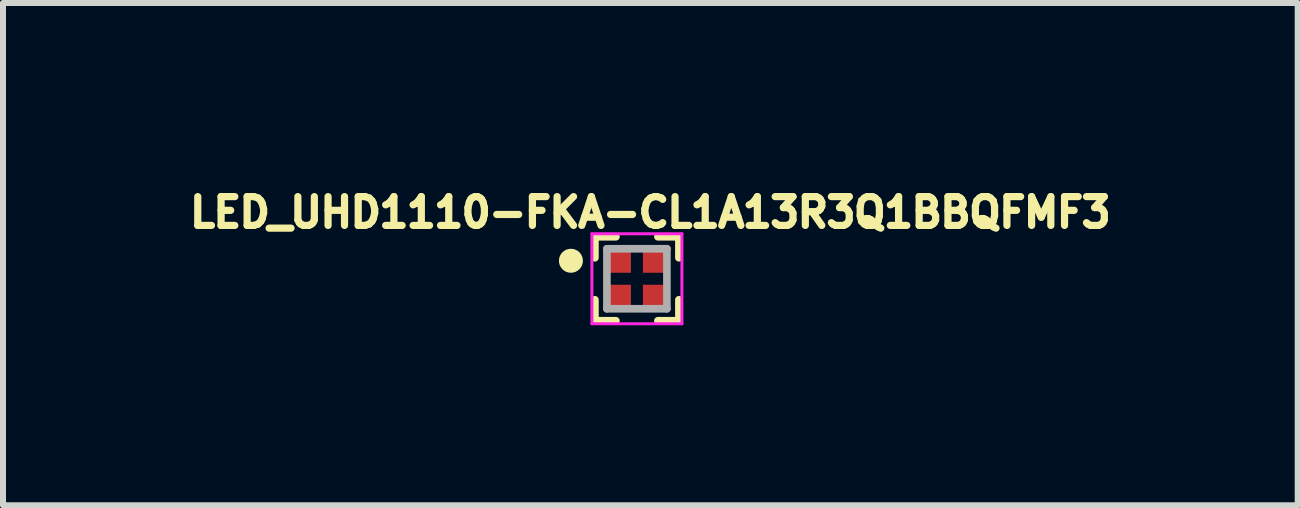
<source format=kicad_pcb>
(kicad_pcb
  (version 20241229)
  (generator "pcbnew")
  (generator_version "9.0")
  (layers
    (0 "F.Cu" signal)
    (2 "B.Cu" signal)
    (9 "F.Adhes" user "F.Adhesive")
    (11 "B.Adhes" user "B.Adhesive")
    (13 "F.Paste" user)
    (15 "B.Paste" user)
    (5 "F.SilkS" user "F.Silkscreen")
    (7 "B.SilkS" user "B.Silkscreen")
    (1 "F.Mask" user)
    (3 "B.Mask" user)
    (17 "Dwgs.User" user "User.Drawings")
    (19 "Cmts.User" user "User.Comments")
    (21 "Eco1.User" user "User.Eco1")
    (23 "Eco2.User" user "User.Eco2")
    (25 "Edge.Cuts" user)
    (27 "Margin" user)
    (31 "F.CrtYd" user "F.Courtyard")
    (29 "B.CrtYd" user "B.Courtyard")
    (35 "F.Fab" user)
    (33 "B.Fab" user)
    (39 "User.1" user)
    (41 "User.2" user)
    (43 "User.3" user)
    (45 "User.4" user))
  (footprint "LED_UHD1110-FKA-CL1A13R3Q1BBQFMF3"
    (layer "F.Cu")
    (at 7.565 1.596)
    (property "Reference" "LED_UHD1110-FKA-CL1A13R3Q1BBQFMF3" (at 0.224 -1.105 0) (layer "F.SilkS") (effects (font (size 0.48 0.48) (thickness 0.15))))
    (attr smd)
    (fp_line (start -0.7 -0.7) (end -0.7 -0.35) (stroke (width 0.127) (type solid)) (layer "F.SilkS"))
    (fp_line (start -0.7 0.35) (end -0.7 0.7) (stroke (width 0.127) (type solid)) (layer "F.SilkS"))
    (fp_line (start -0.7 0.7) (end -0.35 0.7) (stroke (width 0.127) (type solid)) (layer "F.SilkS"))
    (fp_line (start -0.35 -0.7) (end -0.7 -0.7) (stroke (width 0.127) (type solid)) (layer "F.SilkS"))
    (fp_line (start 0.35 -0.7) (end 0.7 -0.7) (stroke (width 0.127) (type solid)) (layer "F.SilkS"))
    (fp_line (start 0.35 0.7) (end 0.7 0.7) (stroke (width 0.127) (type solid)) (layer "F.SilkS"))
    (fp_line (start 0.7 -0.7) (end 0.7 -0.35) (stroke (width 0.127) (type solid)) (layer "F.SilkS"))
    (fp_line (start 0.7 0.7) (end 0.7 0.35) (stroke (width 0.127) (type solid)) (layer "F.SilkS"))
    (fp_circle (center -1.1 -0.3) (end -1 -0.3) (stroke (width 0.2) (type solid)) (fill no) (layer "F.SilkS"))
    (fp_line (start -0.75 -0.75) (end 0.75 -0.75) (stroke (width 0.05) (type solid)) (layer "F.CrtYd"))
    (fp_line (start -0.75 0.75) (end -0.75 -0.75) (stroke (width 0.05) (type solid)) (layer "F.CrtYd"))
    (fp_line (start 0.75 -0.75) (end 0.75 0.75) (stroke (width 0.05) (type solid)) (layer "F.CrtYd"))
    (fp_line (start 0.75 0.75) (end -0.75 0.75) (stroke (width 0.05) (type solid)) (layer "F.CrtYd"))
    (fp_line (start -0.5 -0.5) (end 0.5 -0.5) (stroke (width 0.127) (type solid)) (layer "F.Fab"))
    (fp_line (start -0.5 0.5) (end -0.5 -0.5) (stroke (width 0.127) (type solid)) (layer "F.Fab"))
    (fp_line (start 0.5 -0.5) (end 0.5 0.5) (stroke (width 0.127) (type solid)) (layer "F.Fab"))
    (fp_line (start 0.5 0.5) (end -0.5 0.5) (stroke (width 0.127) (type solid)) (layer "F.Fab"))
    (pad "1" smd rect (at -0.3 -0.3) (size 0.4 0.4) (layers "F.Cu" "F.Mask" "F.Paste"))
    (pad "2" smd rect (at -0.3 0.3) (size 0.4 0.4) (layers "F.Cu" "F.Mask" "F.Paste"))
    (pad "3" smd rect (at 0.3 0.3) (size 0.4 0.4) (layers "F.Cu" "F.Mask" "F.Paste"))
    (pad "4" smd rect (at 0.3 -0.3) (size 0.4 0.4) (layers "F.Cu" "F.Mask" "F.Paste")))
  (gr_rect
    (start -3 -3)
    (end 18.578 5.371)
    (stroke (width 0.1) (type default))
    (fill no)
    (layer "Edge.Cuts")))
</source>
